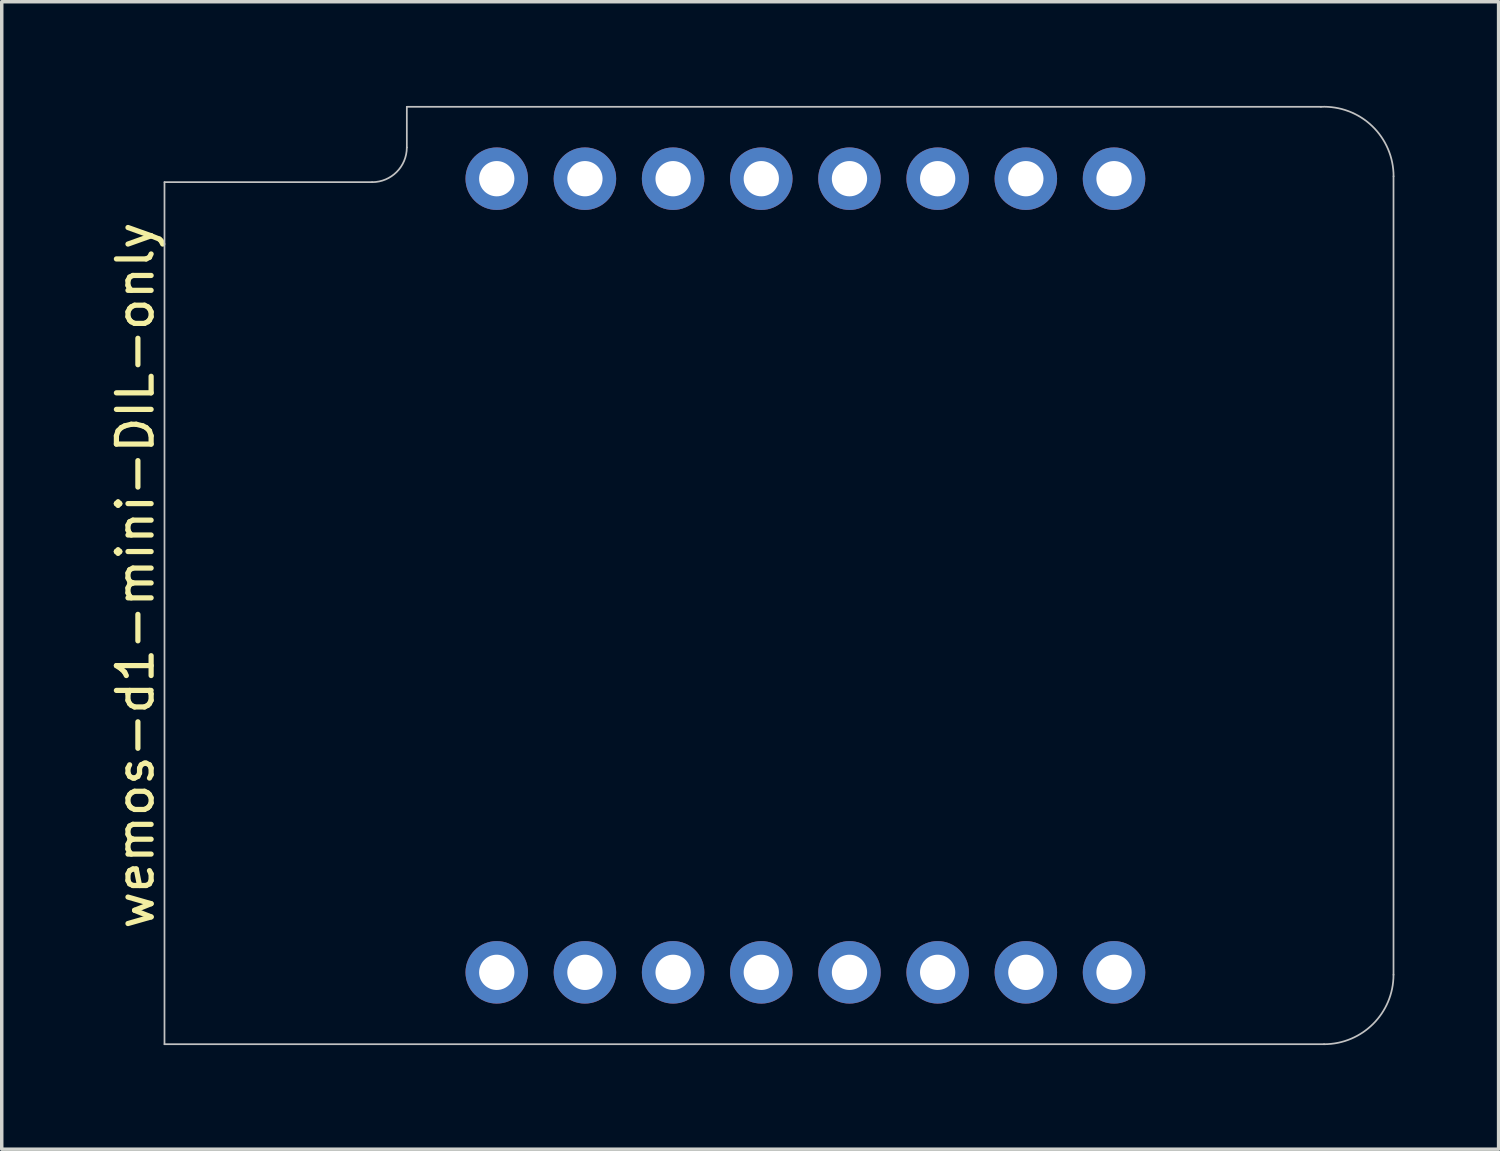
<source format=kicad_pcb>
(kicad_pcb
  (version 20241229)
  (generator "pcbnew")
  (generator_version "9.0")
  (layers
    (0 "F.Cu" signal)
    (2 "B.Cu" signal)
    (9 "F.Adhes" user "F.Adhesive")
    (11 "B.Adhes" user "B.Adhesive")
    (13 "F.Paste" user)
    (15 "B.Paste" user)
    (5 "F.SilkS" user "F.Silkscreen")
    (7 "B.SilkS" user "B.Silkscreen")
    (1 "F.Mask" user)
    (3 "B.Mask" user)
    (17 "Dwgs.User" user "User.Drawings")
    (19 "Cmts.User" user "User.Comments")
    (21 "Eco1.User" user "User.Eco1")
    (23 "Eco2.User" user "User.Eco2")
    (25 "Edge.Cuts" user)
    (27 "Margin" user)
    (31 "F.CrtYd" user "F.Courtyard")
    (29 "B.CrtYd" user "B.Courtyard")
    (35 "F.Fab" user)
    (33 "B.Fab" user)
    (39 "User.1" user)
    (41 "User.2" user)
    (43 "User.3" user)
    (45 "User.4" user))
  (footprint "wemos-d1-mini-DIL-only"
    (layer "F.Cu")
    (at 20.148 13.527)
    (property "Reference" "wemos-d1-mini-DIL-only" (at -19.3 0 90) (layer "F.SilkS") (effects (font (size 1 1) (thickness 0.15))))
    (attr through_hole)
    (fp_line (start -18.46 -11.33) (end -12.48 -11.33) (stroke (width 0.05) (type solid)) (layer "Dwgs.User"))
    (fp_line (start -18.46 13.5) (end -18.46 -11.33) (stroke (width 0.05) (type solid)) (layer "Dwgs.User"))
    (fp_line (start -11.48 -13.5) (end -11.48 -12.33) (stroke (width 0.05) (type solid)) (layer "Dwgs.User"))
    (fp_line (start -11.48 -13.5) (end 14.85 -13.5) (stroke (width 0.05) (type solid)) (layer "Dwgs.User"))
    (fp_line (start 14.94 13.5) (end -18.46 13.5) (stroke (width 0.05) (type solid)) (layer "Dwgs.User"))
    (fp_line (start 16.94 -11.5) (end 16.94 11.5) (stroke (width 0.05) (type solid)) (layer "Dwgs.User"))
    (fp_arc (start -11.48 -12.33) (mid -11.772893 -11.622893) (end -12.48 -11.33) (stroke (width 0.05) (type solid)) (layer "Dwgs.User"))
    (fp_arc (start 14.85 -13.5) (mid 16.323459 -12.947115) (end 16.942024 -11.5) (stroke (width 0.05) (type solid)) (layer "Dwgs.User"))
    (fp_arc (start 16.94 11.5) (mid 16.354214 12.914214) (end 14.94 13.5) (stroke (width 0.05) (type solid)) (layer "Dwgs.User"))
    (pad "1" thru_hole circle (at -8.89 11.43) (size 1.8 1.8) (drill 1.016) (layers "*.Cu" "*.Mask"))
    (pad "2" thru_hole circle (at -6.35 11.43) (size 1.8 1.8) (drill 1.016) (layers "*.Cu" "*.Mask"))
    (pad "3" thru_hole circle (at -3.81 11.43) (size 1.8 1.8) (drill 1.016) (layers "*.Cu" "*.Mask"))
    (pad "4" thru_hole circle (at -1.27 11.43) (size 1.8 1.8) (drill 1.016) (layers "*.Cu" "*.Mask"))
    (pad "5" thru_hole circle (at 1.27 11.43) (size 1.8 1.8) (drill 1.016) (layers "*.Cu" "*.Mask"))
    (pad "6" thru_hole circle (at 3.81 11.43) (size 1.8 1.8) (drill 1.016) (layers "*.Cu" "*.Mask"))
    (pad "7" thru_hole circle (at 6.35 11.43) (size 1.8 1.8) (drill 1.016) (layers "*.Cu" "*.Mask"))
    (pad "8" thru_hole circle (at 8.89 11.43) (size 1.8 1.8) (drill 1.016) (layers "*.Cu" "*.Mask"))
    (pad "9" thru_hole circle (at 8.89 -11.43) (size 1.8 1.8) (drill 1.016) (layers "*.Cu" "*.Mask"))
    (pad "10" thru_hole circle (at 6.35 -11.43) (size 1.8 1.8) (drill 1.016) (layers "*.Cu" "*.Mask"))
    (pad "11" thru_hole circle (at 3.81 -11.43) (size 1.8 1.8) (drill 1.016) (layers "*.Cu" "*.Mask"))
    (pad "12" thru_hole circle (at 1.27 -11.43) (size 1.8 1.8) (drill 1.016) (layers "*.Cu" "*.Mask"))
    (pad "13" thru_hole circle (at -1.27 -11.43) (size 1.8 1.8) (drill 1.016) (layers "*.Cu" "*.Mask"))
    (pad "14" thru_hole circle (at -3.81 -11.43) (size 1.8 1.8) (drill 1.016) (layers "*.Cu" "*.Mask"))
    (pad "15" thru_hole circle (at -6.35 -11.43) (size 1.8 1.8) (drill 1.016) (layers "*.Cu" "*.Mask"))
    (pad "16" thru_hole circle (at -8.89 -11.43) (size 1.8 1.8) (drill 1.016) (layers "*.Cu" "*.Mask")))
  (gr_rect
    (start -3 -3)
    (end 40.115 30.052)
    (stroke (width 0.1) (type default))
    (fill no)
    (layer "Edge.Cuts")))
</source>
